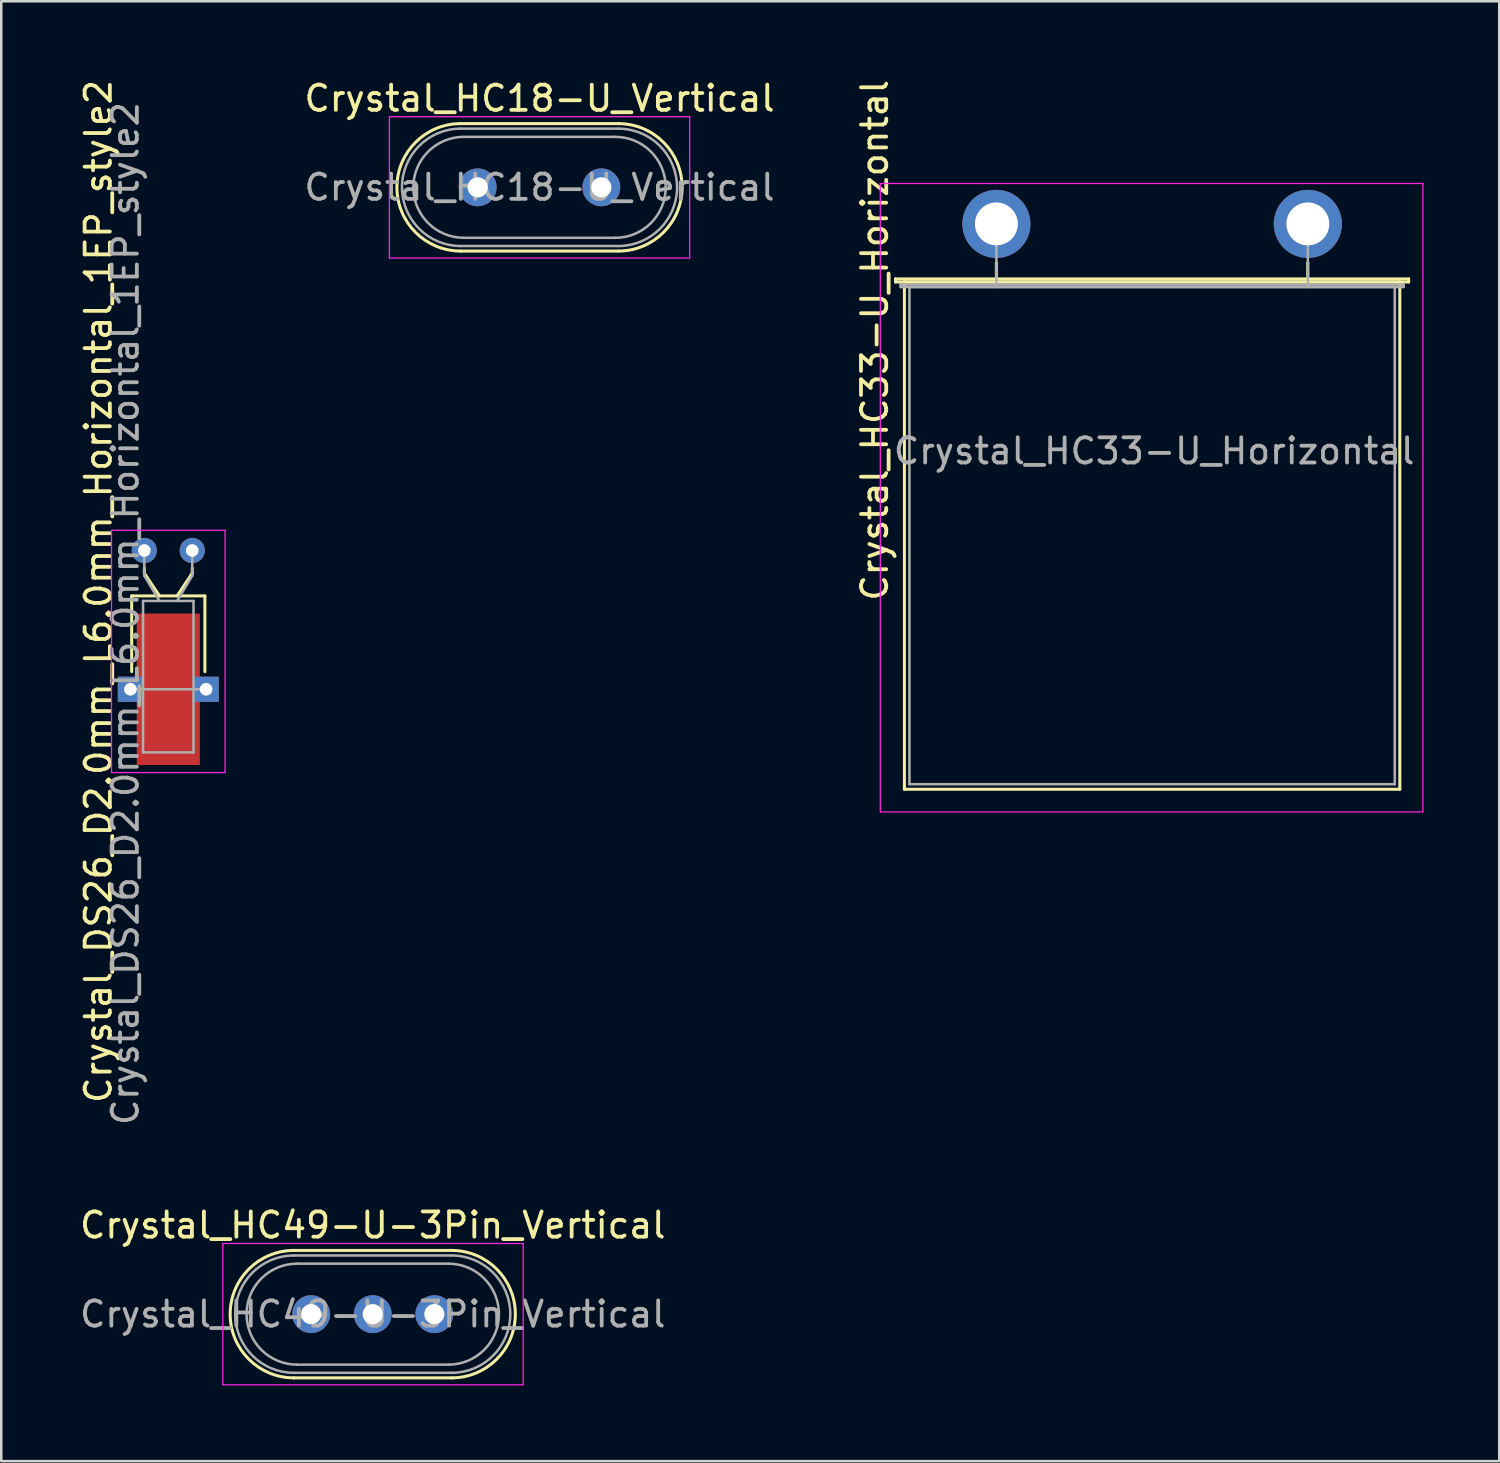
<source format=kicad_pcb>
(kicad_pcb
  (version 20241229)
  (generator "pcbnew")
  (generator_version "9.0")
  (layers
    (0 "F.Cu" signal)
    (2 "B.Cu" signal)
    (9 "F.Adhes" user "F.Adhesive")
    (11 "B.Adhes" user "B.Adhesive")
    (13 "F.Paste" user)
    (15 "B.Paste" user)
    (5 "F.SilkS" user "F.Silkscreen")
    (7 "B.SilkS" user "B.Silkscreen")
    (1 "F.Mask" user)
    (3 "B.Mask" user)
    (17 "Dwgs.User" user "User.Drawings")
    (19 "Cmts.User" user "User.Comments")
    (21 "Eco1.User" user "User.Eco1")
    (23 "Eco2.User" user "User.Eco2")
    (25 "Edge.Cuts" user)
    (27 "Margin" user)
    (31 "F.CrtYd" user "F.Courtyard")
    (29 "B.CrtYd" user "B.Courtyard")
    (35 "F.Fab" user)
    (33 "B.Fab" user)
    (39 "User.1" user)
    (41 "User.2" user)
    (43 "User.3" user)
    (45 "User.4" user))
  (footprint "Crystal_DS26_D2.0mm_L6.0mm_Horizontal_1EP_style2"
    (layer "F.Cu")
    (at 2.668 18.762)
    (property "Reference" "Crystal_DS26_D2.0mm_L6.0mm_Horizontal_1EP_style2" (at -1.82 1.625 90) (layer "F.SilkS") (effects (font (size 1 1) (thickness 0.15))))
    (attr through_hole)
    (fp_line (start -0.5 1.8) (end 2.4 1.8) (stroke (width 0.12) (type solid)) (layer "F.SilkS"))
    (fp_line (start -0.5 4.8) (end -0.5 1.8) (stroke (width 0.12) (type solid)) (layer "F.SilkS"))
    (fp_line (start 0 0.9) (end 0 0.7) (stroke (width 0.12) (type solid)) (layer "F.SilkS"))
    (fp_line (start 0.6 1.8) (end 0 0.9) (stroke (width 0.12) (type solid)) (layer "F.SilkS"))
    (fp_line (start 1.3 1.8) (end 1.9 0.9) (stroke (width 0.12) (type solid)) (layer "F.SilkS"))
    (fp_line (start 1.9 0.9) (end 1.9 0.7) (stroke (width 0.12) (type solid)) (layer "F.SilkS"))
    (fp_line (start 2.4 1.8) (end 2.4 4.8) (stroke (width 0.12) (type solid)) (layer "F.SilkS"))
    (fp_line (start -1.3 -0.8) (end -1.3 8.8) (stroke (width 0.05) (type solid)) (layer "F.CrtYd"))
    (fp_line (start -1.3 8.8) (end 3.2 8.8) (stroke (width 0.05) (type solid)) (layer "F.CrtYd"))
    (fp_line (start 3.2 -0.8) (end -1.3 -0.8) (stroke (width 0.05) (type solid)) (layer "F.CrtYd"))
    (fp_line (start 3.2 8.8) (end 3.2 -0.8) (stroke (width 0.05) (type solid)) (layer "F.CrtYd"))
    (fp_line (start -0.55 5.5) (end 2.45 5.5) (stroke (width 0.1) (type solid)) (layer "F.Fab"))
    (fp_line (start -0.05 2) (end -0.05 8) (stroke (width 0.1) (type solid)) (layer "F.Fab"))
    (fp_line (start -0.05 8) (end 1.95 8) (stroke (width 0.1) (type solid)) (layer "F.Fab"))
    (fp_line (start 0 1) (end 0 0) (stroke (width 0.1) (type solid)) (layer "F.Fab"))
    (fp_line (start 0.6 2) (end 0 1) (stroke (width 0.1) (type solid)) (layer "F.Fab"))
    (fp_line (start 1.3 2) (end 1.9 1) (stroke (width 0.1) (type solid)) (layer "F.Fab"))
    (fp_line (start 1.9 1) (end 1.9 0) (stroke (width 0.1) (type solid)) (layer "F.Fab"))
    (fp_line (start 1.95 2) (end -0.05 2) (stroke (width 0.1) (type solid)) (layer "F.Fab"))
    (fp_line (start 1.95 8) (end 1.95 2) (stroke (width 0.1) (type solid)) (layer "F.Fab"))
    (fp_text user "${REFERENCE}" (at -0.75 2.5 90) (layer "F.Fab") (effects (font (size 1 1) (thickness 0.15))))
    (pad "1" thru_hole circle (at 0 0) (size 1 1) (drill 0.5) (layers "*.Cu" "*.Mask"))
    (pad "2" thru_hole circle (at 1.9 0) (size 1 1) (drill 0.5) (layers "*.Cu" "*.Mask"))
    (pad "3" thru_hole rect (at -0.55 5.5) (size 1 1) (drill 0.5) (layers "*.Cu" "*.Mask"))
    (pad "3" smd rect (at 0.95 5.5) (size 2.5 6) (layers "F.Cu" "F.Mask" "F.Paste"))
    (pad "3" thru_hole rect (at 2.45 5.5) (size 1 1) (drill 0.5) (layers "*.Cu" "*.Mask")))
  (footprint "Crystal_HC33-U_Horizontal"
    (layer "F.Cu")
    (at 36.431 5.822)
    (property "Reference" "Crystal_HC33-U_Horizontal" (at -4.82 4.612 90) (layer "F.SilkS") (effects (font (size 1 1) (thickness 0.15))))
    (attr through_hole)
    (fp_line (start -3.995 2.18) (end 16.335 2.18) (stroke (width 0.12) (type solid)) (layer "F.SilkS"))
    (fp_line (start -3.995 2.3) (end -3.995 2.18) (stroke (width 0.12) (type solid)) (layer "F.SilkS"))
    (fp_line (start -3.645 2.3) (end -3.645 22.4) (stroke (width 0.12) (type solid)) (layer "F.SilkS"))
    (fp_line (start -3.645 22.4) (end 15.985 22.4) (stroke (width 0.12) (type solid)) (layer "F.SilkS"))
    (fp_line (start 0 1.55) (end 0 1.55) (stroke (width 0.12) (type solid)) (layer "F.SilkS"))
    (fp_line (start 0 2.3) (end 0 1.55) (stroke (width 0.12) (type solid)) (layer "F.SilkS"))
    (fp_line (start 12.34 1.55) (end 12.34 1.55) (stroke (width 0.12) (type solid)) (layer "F.SilkS"))
    (fp_line (start 12.34 2.3) (end 12.34 1.55) (stroke (width 0.12) (type solid)) (layer "F.SilkS"))
    (fp_line (start 15.985 2.3) (end -3.645 2.3) (stroke (width 0.12) (type solid)) (layer "F.SilkS"))
    (fp_line (start 15.985 22.4) (end 15.985 2.3) (stroke (width 0.12) (type solid)) (layer "F.SilkS"))
    (fp_line (start 16.335 2.18) (end 16.335 2.3) (stroke (width 0.12) (type solid)) (layer "F.SilkS"))
    (fp_line (start 16.335 2.3) (end -3.995 2.3) (stroke (width 0.12) (type solid)) (layer "F.SilkS"))
    (fp_line (start -4.6 -1.6) (end -4.6 23.3) (stroke (width 0.05) (type solid)) (layer "F.CrtYd"))
    (fp_line (start -4.6 23.3) (end 16.9 23.3) (stroke (width 0.05) (type solid)) (layer "F.CrtYd"))
    (fp_line (start 16.9 -1.6) (end -4.6 -1.6) (stroke (width 0.05) (type solid)) (layer "F.CrtYd"))
    (fp_line (start 16.9 23.3) (end 16.9 -1.6) (stroke (width 0.05) (type solid)) (layer "F.CrtYd"))
    (fp_line (start -3.795 2.4) (end 16.135 2.4) (stroke (width 0.1) (type solid)) (layer "F.Fab"))
    (fp_line (start -3.795 2.5) (end -3.795 2.4) (stroke (width 0.1) (type solid)) (layer "F.Fab"))
    (fp_line (start -3.445 2.5) (end -3.445 22.2) (stroke (width 0.1) (type solid)) (layer "F.Fab"))
    (fp_line (start -3.445 22.2) (end 15.785 22.2) (stroke (width 0.1) (type solid)) (layer "F.Fab"))
    (fp_line (start 0 1.25) (end 0 0) (stroke (width 0.1) (type solid)) (layer "F.Fab"))
    (fp_line (start 0 2.5) (end 0 1.25) (stroke (width 0.1) (type solid)) (layer "F.Fab"))
    (fp_line (start 12.34 1.25) (end 12.34 0) (stroke (width 0.1) (type solid)) (layer "F.Fab"))
    (fp_line (start 12.34 2.5) (end 12.34 1.25) (stroke (width 0.1) (type solid)) (layer "F.Fab"))
    (fp_line (start 15.785 2.5) (end -3.445 2.5) (stroke (width 0.1) (type solid)) (layer "F.Fab"))
    (fp_line (start 15.785 22.2) (end 15.785 2.5) (stroke (width 0.1) (type solid)) (layer "F.Fab"))
    (fp_line (start 16.135 2.4) (end 16.135 2.5) (stroke (width 0.1) (type solid)) (layer "F.Fab"))
    (fp_line (start 16.135 2.5) (end -3.795 2.5) (stroke (width 0.1) (type solid)) (layer "F.Fab"))
    (fp_text user "${REFERENCE}" (at 6.25 9 0) (layer "F.Fab") (effects (font (size 1 1) (thickness 0.15))))
    (pad "1" thru_hole circle (at 0 0) (size 2.7 2.7) (drill 1.7) (layers "*.Cu" "*.Mask"))
    (pad "2" thru_hole circle (at 12.34 0) (size 2.7 2.7) (drill 1.7) (layers "*.Cu" "*.Mask")))
  (footprint "Crystal_HC18-U_Vertical"
    (layer "F.Cu")
    (at 15.878 4.373)
    (property "Reference" "Crystal_HC18-U_Vertical" (at 2.45 -3.525 0) (layer "F.SilkS") (effects (font (size 1 1) (thickness 0.15))))
    (attr through_hole)
    (fp_line (start -0.675 -2.525) (end 5.575 -2.525) (stroke (width 0.12) (type solid)) (layer "F.SilkS"))
    (fp_line (start -0.675 2.525) (end 5.575 2.525) (stroke (width 0.12) (type solid)) (layer "F.SilkS"))
    (fp_arc (start -0.675 2.525) (mid -3.2 0) (end -0.675 -2.525) (stroke (width 0.12) (type solid)) (layer "F.SilkS"))
    (fp_arc (start 5.575 -2.525) (mid 8.1 0) (end 5.575 2.525) (stroke (width 0.12) (type solid)) (layer "F.SilkS"))
    (fp_line (start -3.5 -2.8) (end -3.5 2.8) (stroke (width 0.05) (type solid)) (layer "F.CrtYd"))
    (fp_line (start -3.5 2.8) (end 8.4 2.8) (stroke (width 0.05) (type solid)) (layer "F.CrtYd"))
    (fp_line (start 8.4 -2.8) (end -3.5 -2.8) (stroke (width 0.05) (type solid)) (layer "F.CrtYd"))
    (fp_line (start 8.4 2.8) (end 8.4 -2.8) (stroke (width 0.05) (type solid)) (layer "F.CrtYd"))
    (fp_line (start -0.675 -2.325) (end 5.575 -2.325) (stroke (width 0.1) (type solid)) (layer "F.Fab"))
    (fp_line (start -0.675 2.325) (end 5.575 2.325) (stroke (width 0.1) (type solid)) (layer "F.Fab"))
    (fp_line (start -0.55 -2) (end 5.45 -2) (stroke (width 0.1) (type solid)) (layer "F.Fab"))
    (fp_line (start -0.55 2) (end 5.45 2) (stroke (width 0.1) (type solid)) (layer "F.Fab"))
    (fp_arc (start -0.675 2.325) (mid -3 0) (end -0.675 -2.325) (stroke (width 0.1) (type solid)) (layer "F.Fab"))
    (fp_arc (start -0.55 2) (mid -2.55 0) (end -0.55 -2) (stroke (width 0.1) (type solid)) (layer "F.Fab"))
    (fp_arc (start 5.45 -2) (mid 7.45 0) (end 5.45 2) (stroke (width 0.1) (type solid)) (layer "F.Fab"))
    (fp_arc (start 5.575 -2.325) (mid 7.9 0) (end 5.575 2.325) (stroke (width 0.1) (type solid)) (layer "F.Fab"))
    (fp_text user "${REFERENCE}" (at 2.45 0 0) (layer "F.Fab") (effects (font (size 1 1) (thickness 0.15))))
    (pad "1" thru_hole circle (at 0 0) (size 1.5 1.5) (drill 0.8) (layers "*.Cu" "*.Mask"))
    (pad "2" thru_hole circle (at 4.9 0) (size 1.5 1.5) (drill 0.8) (layers "*.Cu" "*.Mask")))
  (footprint "Crystal_HC49-U-3Pin_Vertical"
    (layer "F.Cu")
    (at 9.28 49.022)
    (property "Reference" "Crystal_HC49-U-3Pin_Vertical" (at 2.44 -3.525 0) (layer "F.SilkS") (effects (font (size 1 1) (thickness 0.15))))
    (attr through_hole)
    (fp_line (start -0.685 -2.525) (end 5.565 -2.525) (stroke (width 0.12) (type solid)) (layer "F.SilkS"))
    (fp_line (start -0.685 2.525) (end 5.565 2.525) (stroke (width 0.12) (type solid)) (layer "F.SilkS"))
    (fp_arc (start -0.685 2.525) (mid -3.21 0) (end -0.685 -2.525) (stroke (width 0.12) (type solid)) (layer "F.SilkS"))
    (fp_arc (start 5.565 -2.525) (mid 8.09 0) (end 5.565 2.525) (stroke (width 0.12) (type solid)) (layer "F.SilkS"))
    (fp_line (start -3.5 -2.8) (end -3.5 2.8) (stroke (width 0.05) (type solid)) (layer "F.CrtYd"))
    (fp_line (start -3.5 2.8) (end 8.4 2.8) (stroke (width 0.05) (type solid)) (layer "F.CrtYd"))
    (fp_line (start 8.4 -2.8) (end -3.5 -2.8) (stroke (width 0.05) (type solid)) (layer "F.CrtYd"))
    (fp_line (start 8.4 2.8) (end 8.4 -2.8) (stroke (width 0.05) (type solid)) (layer "F.CrtYd"))
    (fp_line (start -0.685 -2.325) (end 5.565 -2.325) (stroke (width 0.1) (type solid)) (layer "F.Fab"))
    (fp_line (start -0.685 2.325) (end 5.565 2.325) (stroke (width 0.1) (type solid)) (layer "F.Fab"))
    (fp_line (start -0.56 -2) (end 5.44 -2) (stroke (width 0.1) (type solid)) (layer "F.Fab"))
    (fp_line (start -0.56 2) (end 5.44 2) (stroke (width 0.1) (type solid)) (layer "F.Fab"))
    (fp_arc (start -0.685 2.325) (mid -3.01 0) (end -0.685 -2.325) (stroke (width 0.1) (type solid)) (layer "F.Fab"))
    (fp_arc (start -0.56 2) (mid -2.56 0) (end -0.56 -2) (stroke (width 0.1) (type solid)) (layer "F.Fab"))
    (fp_arc (start 5.44 -2) (mid 7.44 0) (end 5.44 2) (stroke (width 0.1) (type solid)) (layer "F.Fab"))
    (fp_arc (start 5.565 -2.325) (mid 7.89 0) (end 5.565 2.325) (stroke (width 0.1) (type solid)) (layer "F.Fab"))
    (fp_text user "${REFERENCE}" (at 2.44 0 0) (layer "F.Fab") (effects (font (size 1 1) (thickness 0.15))))
    (pad "1" thru_hole circle (at 0 0) (size 1.5 1.5) (drill 0.8) (layers "*.Cu" "*.Mask"))
    (pad "2" thru_hole circle (at 2.44 0) (size 1.5 1.5) (drill 0.8) (layers "*.Cu" "*.Mask"))
    (pad "3" thru_hole circle (at 4.88 0) (size 1.5 1.5) (drill 0.8) (layers "*.Cu" "*.Mask")))
  (gr_rect
    (start -3 -3)
    (end 56.356 54.847)
    (stroke (width 0.1) (type default))
    (fill no)
    (layer "Edge.Cuts")))
</source>
